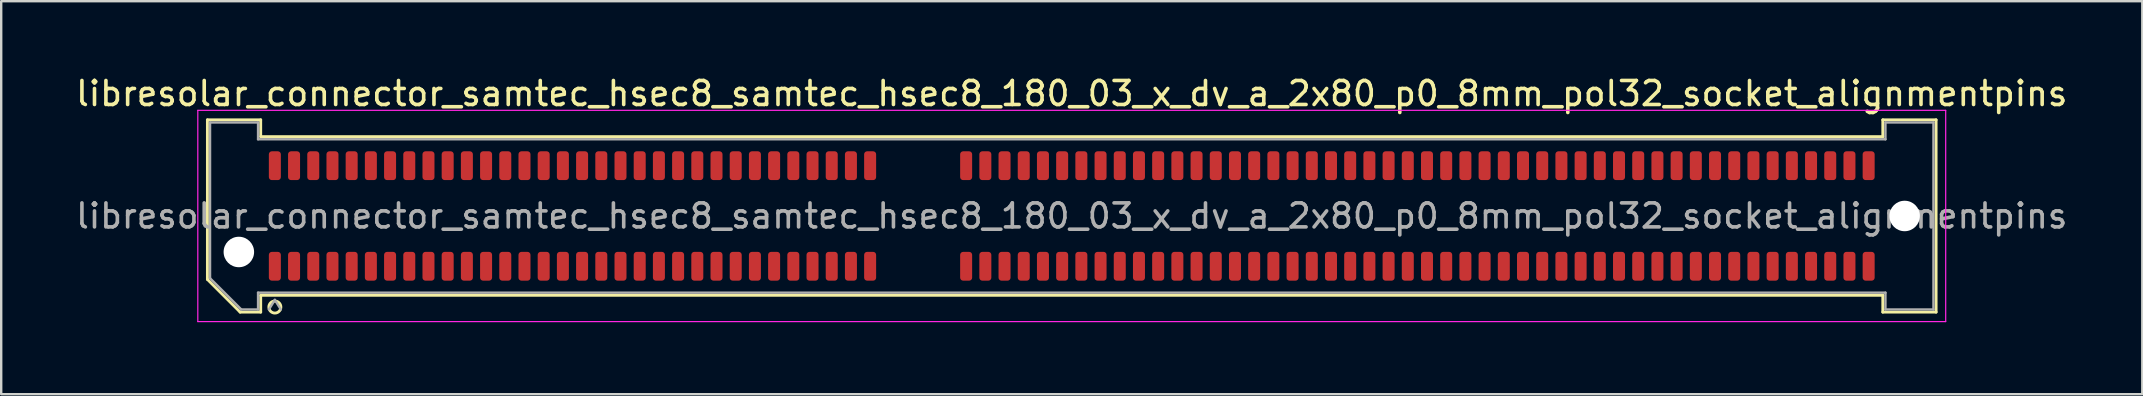
<source format=kicad_pcb>
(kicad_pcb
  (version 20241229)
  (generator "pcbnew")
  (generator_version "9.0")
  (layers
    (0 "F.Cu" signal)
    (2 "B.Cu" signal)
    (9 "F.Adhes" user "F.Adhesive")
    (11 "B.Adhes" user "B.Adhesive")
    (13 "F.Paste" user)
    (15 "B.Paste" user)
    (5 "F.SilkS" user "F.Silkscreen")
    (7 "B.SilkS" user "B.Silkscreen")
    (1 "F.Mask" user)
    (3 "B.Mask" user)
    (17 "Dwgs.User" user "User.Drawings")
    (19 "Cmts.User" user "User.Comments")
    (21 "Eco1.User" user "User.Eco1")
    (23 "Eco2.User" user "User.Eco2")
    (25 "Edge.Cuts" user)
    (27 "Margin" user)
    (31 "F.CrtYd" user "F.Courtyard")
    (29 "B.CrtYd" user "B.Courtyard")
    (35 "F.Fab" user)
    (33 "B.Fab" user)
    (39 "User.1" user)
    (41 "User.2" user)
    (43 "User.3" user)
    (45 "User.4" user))
  (footprint "libresolar_connector_samtec_hsec8_samtec_hsec8_180_03_x_dv_a_2x80_p0_8mm_pol32_socket_alignmentpins"
    (layer "F.Cu")
    (at 41.601 5.948)
    (property "Reference" "libresolar_connector_samtec_hsec8_samtec_hsec8_180_03_x_dv_a_2x80_p0_8mm_pol32_socket_alignmentpins" (at 0 -5.1 0) (layer "F.SilkS") (effects (font (size 1 1) (thickness 0.15))))
    (attr smd)
    (fp_line (start -36.01 -4.005) (end -33.79 -4.005) (stroke (width 0.12) (type solid)) (layer "F.SilkS"))
    (fp_line (start -36.01 2.641) (end -36.01 -4.005) (stroke (width 0.12) (type solid)) (layer "F.SilkS"))
    (fp_line (start -34.646 4.005) (end -36.01 2.641) (stroke (width 0.12) (type solid)) (layer "F.SilkS"))
    (fp_line (start -33.79 -4.005) (end -33.79 -3.305) (stroke (width 0.12) (type solid)) (layer "F.SilkS"))
    (fp_line (start -33.79 -3.305) (end 33.79 -3.305) (stroke (width 0.12) (type solid)) (layer "F.SilkS"))
    (fp_line (start -33.79 3.305) (end -33.79 4.005) (stroke (width 0.12) (type solid)) (layer "F.SilkS"))
    (fp_line (start -33.79 4.005) (end -34.646 4.005) (stroke (width 0.12) (type solid)) (layer "F.SilkS"))
    (fp_line (start 33.79 -4.005) (end 36.01 -4.005) (stroke (width 0.12) (type solid)) (layer "F.SilkS"))
    (fp_line (start 33.79 -3.305) (end 33.79 -4.005) (stroke (width 0.12) (type solid)) (layer "F.SilkS"))
    (fp_line (start 33.79 3.305) (end -33.79 3.305) (stroke (width 0.12) (type solid)) (layer "F.SilkS"))
    (fp_line (start 33.79 4.005) (end 33.79 3.305) (stroke (width 0.12) (type solid)) (layer "F.SilkS"))
    (fp_line (start 36.01 -4.005) (end 36.01 4.005) (stroke (width 0.12) (type solid)) (layer "F.SilkS"))
    (fp_line (start 36.01 4.005) (end 33.79 4.005) (stroke (width 0.12) (type solid)) (layer "F.SilkS"))
    (fp_arc (start -32.95 3.795) (mid -33.45 3.795) (end -32.95 3.795) (stroke (width 0.12) (type solid)) (layer "F.SilkS"))
    (fp_line (start -36.41 -4.4) (end -36.41 4.4) (stroke (width 0.05) (type solid)) (layer "F.CrtYd"))
    (fp_line (start -36.41 4.4) (end 36.41 4.4) (stroke (width 0.05) (type solid)) (layer "F.CrtYd"))
    (fp_line (start 36.41 -4.4) (end -36.41 -4.4) (stroke (width 0.05) (type solid)) (layer "F.CrtYd"))
    (fp_line (start 36.41 4.4) (end 36.41 -4.4) (stroke (width 0.05) (type solid)) (layer "F.CrtYd"))
    (fp_line (start -35.9 -3.895) (end -33.9 -3.895) (stroke (width 0.1) (type solid)) (layer "F.Fab"))
    (fp_line (start -35.9 2.595) (end -35.9 -3.895) (stroke (width 0.1) (type solid)) (layer "F.Fab"))
    (fp_line (start -34.6 3.895) (end -35.9 2.595) (stroke (width 0.1) (type solid)) (layer "F.Fab"))
    (fp_line (start -33.9 -3.895) (end -33.9 -3.195) (stroke (width 0.1) (type solid)) (layer "F.Fab"))
    (fp_line (start -33.9 -3.195) (end 33.9 -3.195) (stroke (width 0.1) (type solid)) (layer "F.Fab"))
    (fp_line (start -33.9 3.195) (end -33.9 3.895) (stroke (width 0.1) (type solid)) (layer "F.Fab"))
    (fp_line (start -33.9 3.895) (end -34.6 3.895) (stroke (width 0.1) (type solid)) (layer "F.Fab"))
    (fp_line (start -33.2 3.495) (end -33.45 3.895) (stroke (width 0.1) (type solid)) (layer "F.Fab"))
    (fp_line (start -33.2 3.495) (end -32.95 3.895) (stroke (width 0.1) (type solid)) (layer "F.Fab"))
    (fp_line (start 33.9 -3.895) (end 35.9 -3.895) (stroke (width 0.1) (type solid)) (layer "F.Fab"))
    (fp_line (start 33.9 -3.195) (end 33.9 -3.895) (stroke (width 0.1) (type solid)) (layer "F.Fab"))
    (fp_line (start 33.9 3.195) (end -33.9 3.195) (stroke (width 0.1) (type solid)) (layer "F.Fab"))
    (fp_line (start 33.9 3.895) (end 33.9 3.195) (stroke (width 0.1) (type solid)) (layer "F.Fab"))
    (fp_line (start 35.9 -3.895) (end 35.9 3.895) (stroke (width 0.1) (type solid)) (layer "F.Fab"))
    (fp_line (start 35.9 3.895) (end 33.9 3.895) (stroke (width 0.1) (type solid)) (layer "F.Fab"))
    (fp_text user "${REFERENCE}" (at 0 0 0) (layer "F.Fab") (effects (font (size 1 1) (thickness 0.15))))
    (pad "" np_thru_hole circle (at -34.7 1.5) (size 1.27 1.27) (drill 1.27) (layers "*.Cu" "*.Mask"))
    (pad "" np_thru_hole circle (at 34.7 0) (size 1.27 1.27) (drill 1.27) (layers "*.Cu" "*.Mask"))
    (pad "1" smd roundrect (at -33.2 2.095) (size 0.5 1.2) (layers "F.Cu" "F.Mask" "F.Paste") (roundrect_rratio 0.25))
    (pad "2" smd roundrect (at -33.2 -2.095) (size 0.5 1.2) (layers "F.Cu" "F.Mask" "F.Paste") (roundrect_rratio 0.25))
    (pad "3" smd roundrect (at -32.4 2.095) (size 0.5 1.2) (layers "F.Cu" "F.Mask" "F.Paste") (roundrect_rratio 0.25))
    (pad "4" smd roundrect (at -32.4 -2.095) (size 0.5 1.2) (layers "F.Cu" "F.Mask" "F.Paste") (roundrect_rratio 0.25))
    (pad "5" smd roundrect (at -31.6 2.095) (size 0.5 1.2) (layers "F.Cu" "F.Mask" "F.Paste") (roundrect_rratio 0.25))
    (pad "6" smd roundrect (at -31.6 -2.095) (size 0.5 1.2) (layers "F.Cu" "F.Mask" "F.Paste") (roundrect_rratio 0.25))
    (pad "7" smd roundrect (at -30.8 2.095) (size 0.5 1.2) (layers "F.Cu" "F.Mask" "F.Paste") (roundrect_rratio 0.25))
    (pad "8" smd roundrect (at -30.8 -2.095) (size 0.5 1.2) (layers "F.Cu" "F.Mask" "F.Paste") (roundrect_rratio 0.25))
    (pad "9" smd roundrect (at -30 2.095) (size 0.5 1.2) (layers "F.Cu" "F.Mask" "F.Paste") (roundrect_rratio 0.25))
    (pad "10" smd roundrect (at -30 -2.095) (size 0.5 1.2) (layers "F.Cu" "F.Mask" "F.Paste") (roundrect_rratio 0.25))
    (pad "11" smd roundrect (at -29.2 2.095) (size 0.5 1.2) (layers "F.Cu" "F.Mask" "F.Paste") (roundrect_rratio 0.25))
    (pad "12" smd roundrect (at -29.2 -2.095) (size 0.5 1.2) (layers "F.Cu" "F.Mask" "F.Paste") (roundrect_rratio 0.25))
    (pad "13" smd roundrect (at -28.4 2.095) (size 0.5 1.2) (layers "F.Cu" "F.Mask" "F.Paste") (roundrect_rratio 0.25))
    (pad "14" smd roundrect (at -28.4 -2.095) (size 0.5 1.2) (layers "F.Cu" "F.Mask" "F.Paste") (roundrect_rratio 0.25))
    (pad "15" smd roundrect (at -27.6 2.095) (size 0.5 1.2) (layers "F.Cu" "F.Mask" "F.Paste") (roundrect_rratio 0.25))
    (pad "16" smd roundrect (at -27.6 -2.095) (size 0.5 1.2) (layers "F.Cu" "F.Mask" "F.Paste") (roundrect_rratio 0.25))
    (pad "17" smd roundrect (at -26.8 2.095) (size 0.5 1.2) (layers "F.Cu" "F.Mask" "F.Paste") (roundrect_rratio 0.25))
    (pad "18" smd roundrect (at -26.8 -2.095) (size 0.5 1.2) (layers "F.Cu" "F.Mask" "F.Paste") (roundrect_rratio 0.25))
    (pad "19" smd roundrect (at -26 2.095) (size 0.5 1.2) (layers "F.Cu" "F.Mask" "F.Paste") (roundrect_rratio 0.25))
    (pad "20" smd roundrect (at -26 -2.095) (size 0.5 1.2) (layers "F.Cu" "F.Mask" "F.Paste") (roundrect_rratio 0.25))
    (pad "21" smd roundrect (at -25.2 2.095) (size 0.5 1.2) (layers "F.Cu" "F.Mask" "F.Paste") (roundrect_rratio 0.25))
    (pad "22" smd roundrect (at -25.2 -2.095) (size 0.5 1.2) (layers "F.Cu" "F.Mask" "F.Paste") (roundrect_rratio 0.25))
    (pad "23" smd roundrect (at -24.4 2.095) (size 0.5 1.2) (layers "F.Cu" "F.Mask" "F.Paste") (roundrect_rratio 0.25))
    (pad "24" smd roundrect (at -24.4 -2.095) (size 0.5 1.2) (layers "F.Cu" "F.Mask" "F.Paste") (roundrect_rratio 0.25))
    (pad "25" smd roundrect (at -23.6 2.095) (size 0.5 1.2) (layers "F.Cu" "F.Mask" "F.Paste") (roundrect_rratio 0.25))
    (pad "26" smd roundrect (at -23.6 -2.095) (size 0.5 1.2) (layers "F.Cu" "F.Mask" "F.Paste") (roundrect_rratio 0.25))
    (pad "27" smd roundrect (at -22.8 2.095) (size 0.5 1.2) (layers "F.Cu" "F.Mask" "F.Paste") (roundrect_rratio 0.25))
    (pad "28" smd roundrect (at -22.8 -2.095) (size 0.5 1.2) (layers "F.Cu" "F.Mask" "F.Paste") (roundrect_rratio 0.25))
    (pad "29" smd roundrect (at -22 2.095) (size 0.5 1.2) (layers "F.Cu" "F.Mask" "F.Paste") (roundrect_rratio 0.25))
    (pad "30" smd roundrect (at -22 -2.095) (size 0.5 1.2) (layers "F.Cu" "F.Mask" "F.Paste") (roundrect_rratio 0.25))
    (pad "31" smd roundrect (at -21.2 2.095) (size 0.5 1.2) (layers "F.Cu" "F.Mask" "F.Paste") (roundrect_rratio 0.25))
    (pad "32" smd roundrect (at -21.2 -2.095) (size 0.5 1.2) (layers "F.Cu" "F.Mask" "F.Paste") (roundrect_rratio 0.25))
    (pad "33" smd roundrect (at -20.4 2.095) (size 0.5 1.2) (layers "F.Cu" "F.Mask" "F.Paste") (roundrect_rratio 0.25))
    (pad "34" smd roundrect (at -20.4 -2.095) (size 0.5 1.2) (layers "F.Cu" "F.Mask" "F.Paste") (roundrect_rratio 0.25))
    (pad "35" smd roundrect (at -19.6 2.095) (size 0.5 1.2) (layers "F.Cu" "F.Mask" "F.Paste") (roundrect_rratio 0.25))
    (pad "36" smd roundrect (at -19.6 -2.095) (size 0.5 1.2) (layers "F.Cu" "F.Mask" "F.Paste") (roundrect_rratio 0.25))
    (pad "37" smd roundrect (at -18.8 2.095) (size 0.5 1.2) (layers "F.Cu" "F.Mask" "F.Paste") (roundrect_rratio 0.25))
    (pad "38" smd roundrect (at -18.8 -2.095) (size 0.5 1.2) (layers "F.Cu" "F.Mask" "F.Paste") (roundrect_rratio 0.25))
    (pad "39" smd roundrect (at -18 2.095) (size 0.5 1.2) (layers "F.Cu" "F.Mask" "F.Paste") (roundrect_rratio 0.25))
    (pad "40" smd roundrect (at -18 -2.095) (size 0.5 1.2) (layers "F.Cu" "F.Mask" "F.Paste") (roundrect_rratio 0.25))
    (pad "41" smd roundrect (at -17.2 2.095) (size 0.5 1.2) (layers "F.Cu" "F.Mask" "F.Paste") (roundrect_rratio 0.25))
    (pad "42" smd roundrect (at -17.2 -2.095) (size 0.5 1.2) (layers "F.Cu" "F.Mask" "F.Paste") (roundrect_rratio 0.25))
    (pad "43" smd roundrect (at -16.4 2.095) (size 0.5 1.2) (layers "F.Cu" "F.Mask" "F.Paste") (roundrect_rratio 0.25))
    (pad "44" smd roundrect (at -16.4 -2.095) (size 0.5 1.2) (layers "F.Cu" "F.Mask" "F.Paste") (roundrect_rratio 0.25))
    (pad "45" smd roundrect (at -15.6 2.095) (size 0.5 1.2) (layers "F.Cu" "F.Mask" "F.Paste") (roundrect_rratio 0.25))
    (pad "46" smd roundrect (at -15.6 -2.095) (size 0.5 1.2) (layers "F.Cu" "F.Mask" "F.Paste") (roundrect_rratio 0.25))
    (pad "47" smd roundrect (at -14.8 2.095) (size 0.5 1.2) (layers "F.Cu" "F.Mask" "F.Paste") (roundrect_rratio 0.25))
    (pad "48" smd roundrect (at -14.8 -2.095) (size 0.5 1.2) (layers "F.Cu" "F.Mask" "F.Paste") (roundrect_rratio 0.25))
    (pad "49" smd roundrect (at -14 2.095) (size 0.5 1.2) (layers "F.Cu" "F.Mask" "F.Paste") (roundrect_rratio 0.25))
    (pad "50" smd roundrect (at -14 -2.095) (size 0.5 1.2) (layers "F.Cu" "F.Mask" "F.Paste") (roundrect_rratio 0.25))
    (pad "51" smd roundrect (at -13.2 2.095) (size 0.5 1.2) (layers "F.Cu" "F.Mask" "F.Paste") (roundrect_rratio 0.25))
    (pad "52" smd roundrect (at -13.2 -2.095) (size 0.5 1.2) (layers "F.Cu" "F.Mask" "F.Paste") (roundrect_rratio 0.25))
    (pad "53" smd roundrect (at -12.4 2.095) (size 0.5 1.2) (layers "F.Cu" "F.Mask" "F.Paste") (roundrect_rratio 0.25))
    (pad "54" smd roundrect (at -12.4 -2.095) (size 0.5 1.2) (layers "F.Cu" "F.Mask" "F.Paste") (roundrect_rratio 0.25))
    (pad "55" smd roundrect (at -11.6 2.095) (size 0.5 1.2) (layers "F.Cu" "F.Mask" "F.Paste") (roundrect_rratio 0.25))
    (pad "56" smd roundrect (at -11.6 -2.095) (size 0.5 1.2) (layers "F.Cu" "F.Mask" "F.Paste") (roundrect_rratio 0.25))
    (pad "57" smd roundrect (at -10.8 2.095) (size 0.5 1.2) (layers "F.Cu" "F.Mask" "F.Paste") (roundrect_rratio 0.25))
    (pad "58" smd roundrect (at -10.8 -2.095) (size 0.5 1.2) (layers "F.Cu" "F.Mask" "F.Paste") (roundrect_rratio 0.25))
    (pad "59" smd roundrect (at -10 2.095) (size 0.5 1.2) (layers "F.Cu" "F.Mask" "F.Paste") (roundrect_rratio 0.25))
    (pad "60" smd roundrect (at -10 -2.095) (size 0.5 1.2) (layers "F.Cu" "F.Mask" "F.Paste") (roundrect_rratio 0.25))
    (pad "61" smd roundrect (at -9.2 2.095) (size 0.5 1.2) (layers "F.Cu" "F.Mask" "F.Paste") (roundrect_rratio 0.25))
    (pad "62" smd roundrect (at -9.2 -2.095) (size 0.5 1.2) (layers "F.Cu" "F.Mask" "F.Paste") (roundrect_rratio 0.25))
    (pad "63" smd roundrect (at -8.4 2.095) (size 0.5 1.2) (layers "F.Cu" "F.Mask" "F.Paste") (roundrect_rratio 0.25))
    (pad "64" smd roundrect (at -8.4 -2.095) (size 0.5 1.2) (layers "F.Cu" "F.Mask" "F.Paste") (roundrect_rratio 0.25))
    (pad "65" smd roundrect (at -4.4 2.095) (size 0.5 1.2) (layers "F.Cu" "F.Mask" "F.Paste") (roundrect_rratio 0.25))
    (pad "66" smd roundrect (at -4.4 -2.095) (size 0.5 1.2) (layers "F.Cu" "F.Mask" "F.Paste") (roundrect_rratio 0.25))
    (pad "67" smd roundrect (at -3.6 2.095) (size 0.5 1.2) (layers "F.Cu" "F.Mask" "F.Paste") (roundrect_rratio 0.25))
    (pad "68" smd roundrect (at -3.6 -2.095) (size 0.5 1.2) (layers "F.Cu" "F.Mask" "F.Paste") (roundrect_rratio 0.25))
    (pad "69" smd roundrect (at -2.8 2.095) (size 0.5 1.2) (layers "F.Cu" "F.Mask" "F.Paste") (roundrect_rratio 0.25))
    (pad "70" smd roundrect (at -2.8 -2.095) (size 0.5 1.2) (layers "F.Cu" "F.Mask" "F.Paste") (roundrect_rratio 0.25))
    (pad "71" smd roundrect (at -2 2.095) (size 0.5 1.2) (layers "F.Cu" "F.Mask" "F.Paste") (roundrect_rratio 0.25))
    (pad "72" smd roundrect (at -2 -2.095) (size 0.5 1.2) (layers "F.Cu" "F.Mask" "F.Paste") (roundrect_rratio 0.25))
    (pad "73" smd roundrect (at -1.2 2.095) (size 0.5 1.2) (layers "F.Cu" "F.Mask" "F.Paste") (roundrect_rratio 0.25))
    (pad "74" smd roundrect (at -1.2 -2.095) (size 0.5 1.2) (layers "F.Cu" "F.Mask" "F.Paste") (roundrect_rratio 0.25))
    (pad "75" smd roundrect (at -0.4 2.095) (size 0.5 1.2) (layers "F.Cu" "F.Mask" "F.Paste") (roundrect_rratio 0.25))
    (pad "76" smd roundrect (at -0.4 -2.095) (size 0.5 1.2) (layers "F.Cu" "F.Mask" "F.Paste") (roundrect_rratio 0.25))
    (pad "77" smd roundrect (at 0.4 2.095) (size 0.5 1.2) (layers "F.Cu" "F.Mask" "F.Paste") (roundrect_rratio 0.25))
    (pad "78" smd roundrect (at 0.4 -2.095) (size 0.5 1.2) (layers "F.Cu" "F.Mask" "F.Paste") (roundrect_rratio 0.25))
    (pad "79" smd roundrect (at 1.2 2.095) (size 0.5 1.2) (layers "F.Cu" "F.Mask" "F.Paste") (roundrect_rratio 0.25))
    (pad "80" smd roundrect (at 1.2 -2.095) (size 0.5 1.2) (layers "F.Cu" "F.Mask" "F.Paste") (roundrect_rratio 0.25))
    (pad "81" smd roundrect (at 2 2.095) (size 0.5 1.2) (layers "F.Cu" "F.Mask" "F.Paste") (roundrect_rratio 0.25))
    (pad "82" smd roundrect (at 2 -2.095) (size 0.5 1.2) (layers "F.Cu" "F.Mask" "F.Paste") (roundrect_rratio 0.25))
    (pad "83" smd roundrect (at 2.8 2.095) (size 0.5 1.2) (layers "F.Cu" "F.Mask" "F.Paste") (roundrect_rratio 0.25))
    (pad "84" smd roundrect (at 2.8 -2.095) (size 0.5 1.2) (layers "F.Cu" "F.Mask" "F.Paste") (roundrect_rratio 0.25))
    (pad "85" smd roundrect (at 3.6 2.095) (size 0.5 1.2) (layers "F.Cu" "F.Mask" "F.Paste") (roundrect_rratio 0.25))
    (pad "86" smd roundrect (at 3.6 -2.095) (size 0.5 1.2) (layers "F.Cu" "F.Mask" "F.Paste") (roundrect_rratio 0.25))
    (pad "87" smd roundrect (at 4.4 2.095) (size 0.5 1.2) (layers "F.Cu" "F.Mask" "F.Paste") (roundrect_rratio 0.25))
    (pad "88" smd roundrect (at 4.4 -2.095) (size 0.5 1.2) (layers "F.Cu" "F.Mask" "F.Paste") (roundrect_rratio 0.25))
    (pad "89" smd roundrect (at 5.2 2.095) (size 0.5 1.2) (layers "F.Cu" "F.Mask" "F.Paste") (roundrect_rratio 0.25))
    (pad "90" smd roundrect (at 5.2 -2.095) (size 0.5 1.2) (layers "F.Cu" "F.Mask" "F.Paste") (roundrect_rratio 0.25))
    (pad "91" smd roundrect (at 6 2.095) (size 0.5 1.2) (layers "F.Cu" "F.Mask" "F.Paste") (roundrect_rratio 0.25))
    (pad "92" smd roundrect (at 6 -2.095) (size 0.5 1.2) (layers "F.Cu" "F.Mask" "F.Paste") (roundrect_rratio 0.25))
    (pad "93" smd roundrect (at 6.8 2.095) (size 0.5 1.2) (layers "F.Cu" "F.Mask" "F.Paste") (roundrect_rratio 0.25))
    (pad "94" smd roundrect (at 6.8 -2.095) (size 0.5 1.2) (layers "F.Cu" "F.Mask" "F.Paste") (roundrect_rratio 0.25))
    (pad "95" smd roundrect (at 7.6 2.095) (size 0.5 1.2) (layers "F.Cu" "F.Mask" "F.Paste") (roundrect_rratio 0.25))
    (pad "96" smd roundrect (at 7.6 -2.095) (size 0.5 1.2) (layers "F.Cu" "F.Mask" "F.Paste") (roundrect_rratio 0.25))
    (pad "97" smd roundrect (at 8.4 2.095) (size 0.5 1.2) (layers "F.Cu" "F.Mask" "F.Paste") (roundrect_rratio 0.25))
    (pad "98" smd roundrect (at 8.4 -2.095) (size 0.5 1.2) (layers "F.Cu" "F.Mask" "F.Paste") (roundrect_rratio 0.25))
    (pad "99" smd roundrect (at 9.2 2.095) (size 0.5 1.2) (layers "F.Cu" "F.Mask" "F.Paste") (roundrect_rratio 0.25))
    (pad "100" smd roundrect (at 9.2 -2.095) (size 0.5 1.2) (layers "F.Cu" "F.Mask" "F.Paste") (roundrect_rratio 0.25))
    (pad "101" smd roundrect (at 10 2.095) (size 0.5 1.2) (layers "F.Cu" "F.Mask" "F.Paste") (roundrect_rratio 0.25))
    (pad "102" smd roundrect (at 10 -2.095) (size 0.5 1.2) (layers "F.Cu" "F.Mask" "F.Paste") (roundrect_rratio 0.25))
    (pad "103" smd roundrect (at 10.8 2.095) (size 0.5 1.2) (layers "F.Cu" "F.Mask" "F.Paste") (roundrect_rratio 0.25))
    (pad "104" smd roundrect (at 10.8 -2.095) (size 0.5 1.2) (layers "F.Cu" "F.Mask" "F.Paste") (roundrect_rratio 0.25))
    (pad "105" smd roundrect (at 11.6 2.095) (size 0.5 1.2) (layers "F.Cu" "F.Mask" "F.Paste") (roundrect_rratio 0.25))
    (pad "106" smd roundrect (at 11.6 -2.095) (size 0.5 1.2) (layers "F.Cu" "F.Mask" "F.Paste") (roundrect_rratio 0.25))
    (pad "107" smd roundrect (at 12.4 2.095) (size 0.5 1.2) (layers "F.Cu" "F.Mask" "F.Paste") (roundrect_rratio 0.25))
    (pad "108" smd roundrect (at 12.4 -2.095) (size 0.5 1.2) (layers "F.Cu" "F.Mask" "F.Paste") (roundrect_rratio 0.25))
    (pad "109" smd roundrect (at 13.2 2.095) (size 0.5 1.2) (layers "F.Cu" "F.Mask" "F.Paste") (roundrect_rratio 0.25))
    (pad "110" smd roundrect (at 13.2 -2.095) (size 0.5 1.2) (layers "F.Cu" "F.Mask" "F.Paste") (roundrect_rratio 0.25))
    (pad "111" smd roundrect (at 14 2.095) (size 0.5 1.2) (layers "F.Cu" "F.Mask" "F.Paste") (roundrect_rratio 0.25))
    (pad "112" smd roundrect (at 14 -2.095) (size 0.5 1.2) (layers "F.Cu" "F.Mask" "F.Paste") (roundrect_rratio 0.25))
    (pad "113" smd roundrect (at 14.8 2.095) (size 0.5 1.2) (layers "F.Cu" "F.Mask" "F.Paste") (roundrect_rratio 0.25))
    (pad "114" smd roundrect (at 14.8 -2.095) (size 0.5 1.2) (layers "F.Cu" "F.Mask" "F.Paste") (roundrect_rratio 0.25))
    (pad "115" smd roundrect (at 15.6 2.095) (size 0.5 1.2) (layers "F.Cu" "F.Mask" "F.Paste") (roundrect_rratio 0.25))
    (pad "116" smd roundrect (at 15.6 -2.095) (size 0.5 1.2) (layers "F.Cu" "F.Mask" "F.Paste") (roundrect_rratio 0.25))
    (pad "117" smd roundrect (at 16.4 2.095) (size 0.5 1.2) (layers "F.Cu" "F.Mask" "F.Paste") (roundrect_rratio 0.25))
    (pad "118" smd roundrect (at 16.4 -2.095) (size 0.5 1.2) (layers "F.Cu" "F.Mask" "F.Paste") (roundrect_rratio 0.25))
    (pad "119" smd roundrect (at 17.2 2.095) (size 0.5 1.2) (layers "F.Cu" "F.Mask" "F.Paste") (roundrect_rratio 0.25))
    (pad "120" smd roundrect (at 17.2 -2.095) (size 0.5 1.2) (layers "F.Cu" "F.Mask" "F.Paste") (roundrect_rratio 0.25))
    (pad "121" smd roundrect (at 18 2.095) (size 0.5 1.2) (layers "F.Cu" "F.Mask" "F.Paste") (roundrect_rratio 0.25))
    (pad "122" smd roundrect (at 18 -2.095) (size 0.5 1.2) (layers "F.Cu" "F.Mask" "F.Paste") (roundrect_rratio 0.25))
    (pad "123" smd roundrect (at 18.8 2.095) (size 0.5 1.2) (layers "F.Cu" "F.Mask" "F.Paste") (roundrect_rratio 0.25))
    (pad "124" smd roundrect (at 18.8 -2.095) (size 0.5 1.2) (layers "F.Cu" "F.Mask" "F.Paste") (roundrect_rratio 0.25))
    (pad "125" smd roundrect (at 19.6 2.095) (size 0.5 1.2) (layers "F.Cu" "F.Mask" "F.Paste") (roundrect_rratio 0.25))
    (pad "126" smd roundrect (at 19.6 -2.095) (size 0.5 1.2) (layers "F.Cu" "F.Mask" "F.Paste") (roundrect_rratio 0.25))
    (pad "127" smd roundrect (at 20.4 2.095) (size 0.5 1.2) (layers "F.Cu" "F.Mask" "F.Paste") (roundrect_rratio 0.25))
    (pad "128" smd roundrect (at 20.4 -2.095) (size 0.5 1.2) (layers "F.Cu" "F.Mask" "F.Paste") (roundrect_rratio 0.25))
    (pad "129" smd roundrect (at 21.2 2.095) (size 0.5 1.2) (layers "F.Cu" "F.Mask" "F.Paste") (roundrect_rratio 0.25))
    (pad "130" smd roundrect (at 21.2 -2.095) (size 0.5 1.2) (layers "F.Cu" "F.Mask" "F.Paste") (roundrect_rratio 0.25))
    (pad "131" smd roundrect (at 22 2.095) (size 0.5 1.2) (layers "F.Cu" "F.Mask" "F.Paste") (roundrect_rratio 0.25))
    (pad "132" smd roundrect (at 22 -2.095) (size 0.5 1.2) (layers "F.Cu" "F.Mask" "F.Paste") (roundrect_rratio 0.25))
    (pad "133" smd roundrect (at 22.8 2.095) (size 0.5 1.2) (layers "F.Cu" "F.Mask" "F.Paste") (roundrect_rratio 0.25))
    (pad "134" smd roundrect (at 22.8 -2.095) (size 0.5 1.2) (layers "F.Cu" "F.Mask" "F.Paste") (roundrect_rratio 0.25))
    (pad "135" smd roundrect (at 23.6 2.095) (size 0.5 1.2) (layers "F.Cu" "F.Mask" "F.Paste") (roundrect_rratio 0.25))
    (pad "136" smd roundrect (at 23.6 -2.095) (size 0.5 1.2) (layers "F.Cu" "F.Mask" "F.Paste") (roundrect_rratio 0.25))
    (pad "137" smd roundrect (at 24.4 2.095) (size 0.5 1.2) (layers "F.Cu" "F.Mask" "F.Paste") (roundrect_rratio 0.25))
    (pad "138" smd roundrect (at 24.4 -2.095) (size 0.5 1.2) (layers "F.Cu" "F.Mask" "F.Paste") (roundrect_rratio 0.25))
    (pad "139" smd roundrect (at 25.2 2.095) (size 0.5 1.2) (layers "F.Cu" "F.Mask" "F.Paste") (roundrect_rratio 0.25))
    (pad "140" smd roundrect (at 25.2 -2.095) (size 0.5 1.2) (layers "F.Cu" "F.Mask" "F.Paste") (roundrect_rratio 0.25))
    (pad "141" smd roundrect (at 26 2.095) (size 0.5 1.2) (layers "F.Cu" "F.Mask" "F.Paste") (roundrect_rratio 0.25))
    (pad "142" smd roundrect (at 26 -2.095) (size 0.5 1.2) (layers "F.Cu" "F.Mask" "F.Paste") (roundrect_rratio 0.25))
    (pad "143" smd roundrect (at 26.8 2.095) (size 0.5 1.2) (layers "F.Cu" "F.Mask" "F.Paste") (roundrect_rratio 0.25))
    (pad "144" smd roundrect (at 26.8 -2.095) (size 0.5 1.2) (layers "F.Cu" "F.Mask" "F.Paste") (roundrect_rratio 0.25))
    (pad "145" smd roundrect (at 27.6 2.095) (size 0.5 1.2) (layers "F.Cu" "F.Mask" "F.Paste") (roundrect_rratio 0.25))
    (pad "146" smd roundrect (at 27.6 -2.095) (size 0.5 1.2) (layers "F.Cu" "F.Mask" "F.Paste") (roundrect_rratio 0.25))
    (pad "147" smd roundrect (at 28.4 2.095) (size 0.5 1.2) (layers "F.Cu" "F.Mask" "F.Paste") (roundrect_rratio 0.25))
    (pad "148" smd roundrect (at 28.4 -2.095) (size 0.5 1.2) (layers "F.Cu" "F.Mask" "F.Paste") (roundrect_rratio 0.25))
    (pad "149" smd roundrect (at 29.2 2.095) (size 0.5 1.2) (layers "F.Cu" "F.Mask" "F.Paste") (roundrect_rratio 0.25))
    (pad "150" smd roundrect (at 29.2 -2.095) (size 0.5 1.2) (layers "F.Cu" "F.Mask" "F.Paste") (roundrect_rratio 0.25))
    (pad "151" smd roundrect (at 30 2.095) (size 0.5 1.2) (layers "F.Cu" "F.Mask" "F.Paste") (roundrect_rratio 0.25))
    (pad "152" smd roundrect (at 30 -2.095) (size 0.5 1.2) (layers "F.Cu" "F.Mask" "F.Paste") (roundrect_rratio 0.25))
    (pad "153" smd roundrect (at 30.8 2.095) (size 0.5 1.2) (layers "F.Cu" "F.Mask" "F.Paste") (roundrect_rratio 0.25))
    (pad "154" smd roundrect (at 30.8 -2.095) (size 0.5 1.2) (layers "F.Cu" "F.Mask" "F.Paste") (roundrect_rratio 0.25))
    (pad "155" smd roundrect (at 31.6 2.095) (size 0.5 1.2) (layers "F.Cu" "F.Mask" "F.Paste") (roundrect_rratio 0.25))
    (pad "156" smd roundrect (at 31.6 -2.095) (size 0.5 1.2) (layers "F.Cu" "F.Mask" "F.Paste") (roundrect_rratio 0.25))
    (pad "157" smd roundrect (at 32.4 2.095) (size 0.5 1.2) (layers "F.Cu" "F.Mask" "F.Paste") (roundrect_rratio 0.25))
    (pad "158" smd roundrect (at 32.4 -2.095) (size 0.5 1.2) (layers "F.Cu" "F.Mask" "F.Paste") (roundrect_rratio 0.25))
    (pad "159" smd roundrect (at 33.2 2.095) (size 0.5 1.2) (layers "F.Cu" "F.Mask" "F.Paste") (roundrect_rratio 0.25))
    (pad "160" smd roundrect (at 33.2 -2.095) (size 0.5 1.2) (layers "F.Cu" "F.Mask" "F.Paste") (roundrect_rratio 0.25)))
  (gr_rect
    (start -3 -3)
    (end 86.202 13.373)
    (stroke (width 0.1) (type default))
    (fill no)
    (layer "Edge.Cuts")))
</source>
